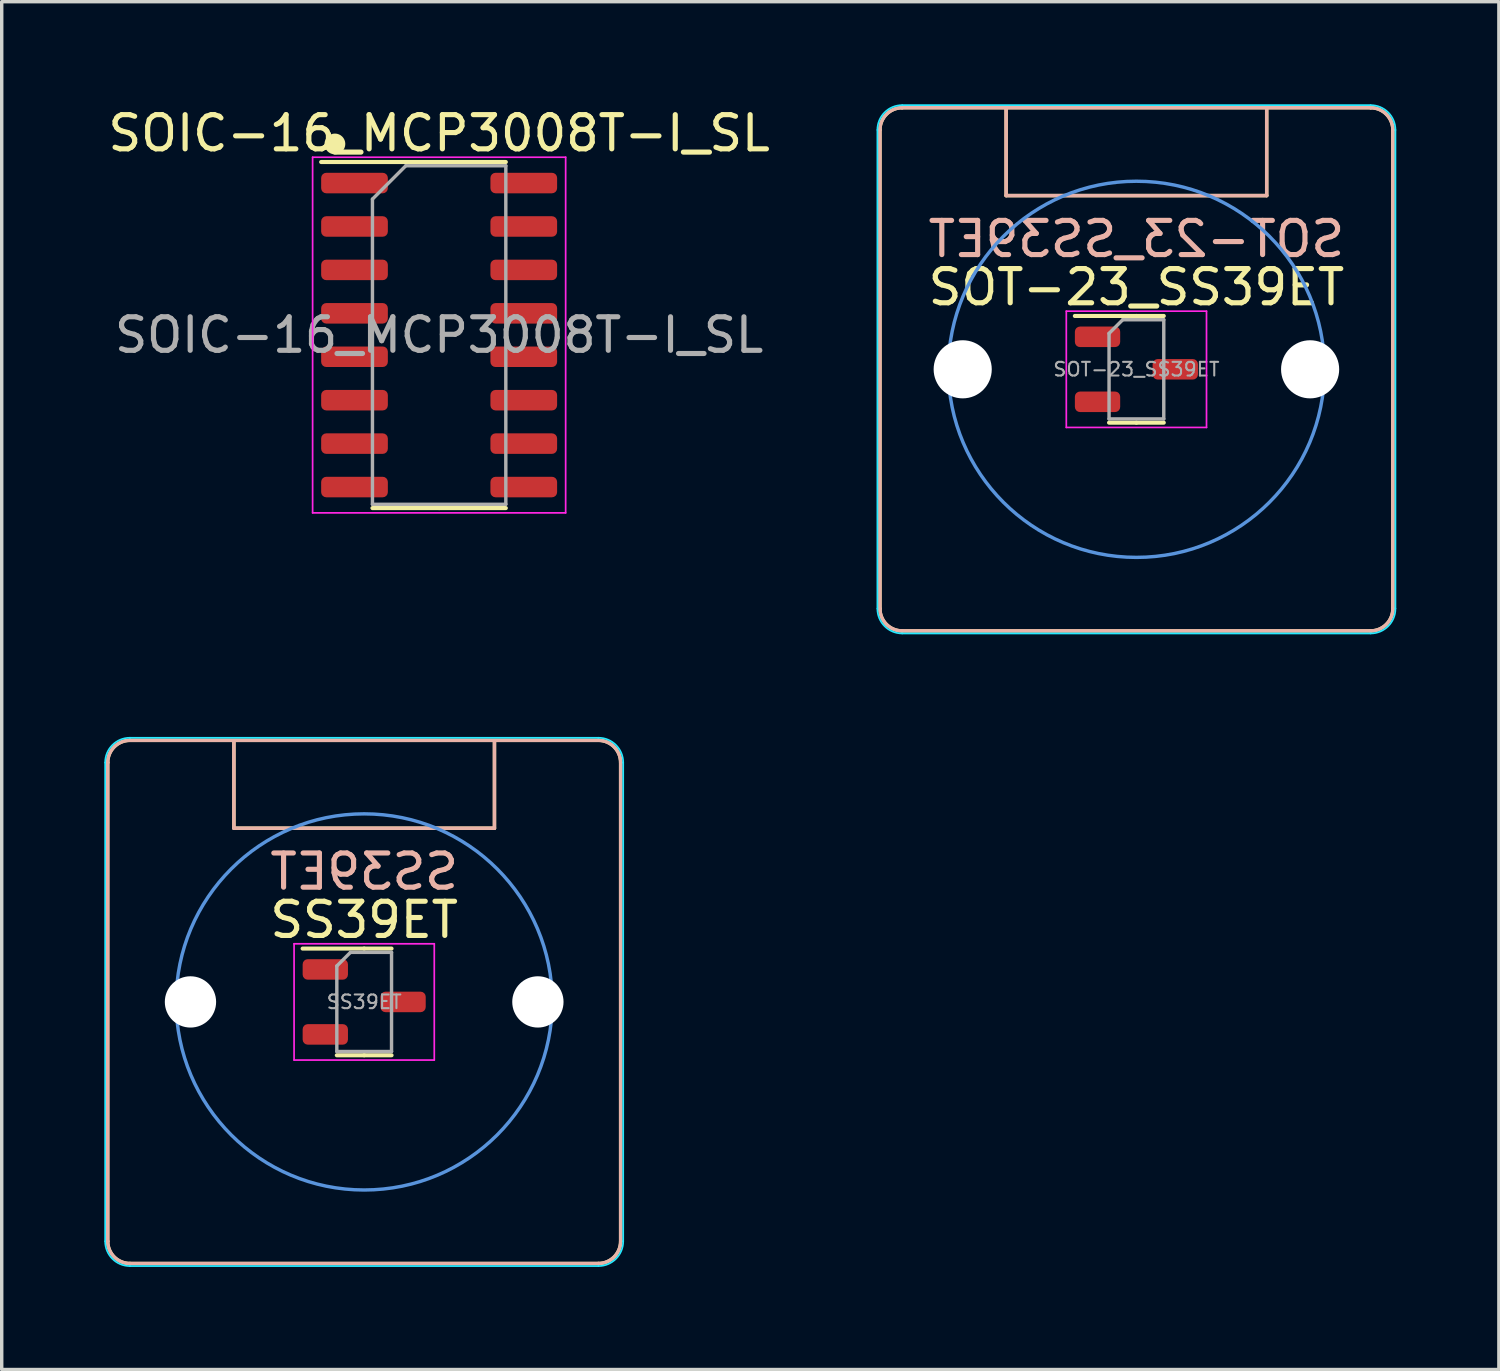
<source format=kicad_pcb>
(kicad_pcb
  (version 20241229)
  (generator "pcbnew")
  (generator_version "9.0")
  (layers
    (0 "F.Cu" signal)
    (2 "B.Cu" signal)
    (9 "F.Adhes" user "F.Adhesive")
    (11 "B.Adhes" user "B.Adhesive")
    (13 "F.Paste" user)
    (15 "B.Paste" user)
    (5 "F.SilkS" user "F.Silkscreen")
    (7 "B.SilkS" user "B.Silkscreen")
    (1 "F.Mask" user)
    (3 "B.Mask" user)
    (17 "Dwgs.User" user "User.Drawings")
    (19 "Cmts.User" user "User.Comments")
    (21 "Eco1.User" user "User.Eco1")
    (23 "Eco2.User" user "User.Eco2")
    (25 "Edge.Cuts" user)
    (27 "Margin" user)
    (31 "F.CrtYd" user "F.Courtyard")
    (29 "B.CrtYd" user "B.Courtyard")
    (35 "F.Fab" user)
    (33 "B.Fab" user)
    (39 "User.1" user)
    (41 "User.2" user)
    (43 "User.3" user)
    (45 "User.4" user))
  (footprint "SS39ET"
    (layer "F.Cu")
    (at 7.6 26.25)
    (property "Reference" "SS39ET" (at 0 -2.4 0) (layer "F.SilkS") (effects (font (size 1 1) (thickness 0.15))))
    (attr smd)
    (fp_line (start -7.5 7) (end -7.5 -7) (stroke (width 0.1) (type default)) (layer "F.SilkS"))
    (fp_line (start -6.85 -7.65) (end 6.85 -7.65) (stroke (width 0.1) (type default)) (layer "F.SilkS"))
    (fp_line (start -3.81 -7.62) (end -3.81 -5.08) (stroke (width 0.1) (type default)) (layer "F.SilkS"))
    (fp_line (start -3.81 -5.08) (end 3.81 -5.08) (stroke (width 0.1) (type default)) (layer "F.SilkS"))
    (fp_line (start 0 -1.56) (end -1.8 -1.56) (stroke (width 0.12) (type solid)) (layer "F.SilkS"))
    (fp_line (start 0 -1.56) (end 0.8 -1.56) (stroke (width 0.12) (type solid)) (layer "F.SilkS"))
    (fp_line (start 0 1.56) (end -0.8 1.56) (stroke (width 0.12) (type solid)) (layer "F.SilkS"))
    (fp_line (start 0 1.56) (end 0.8 1.56) (stroke (width 0.12) (type solid)) (layer "F.SilkS"))
    (fp_line (start 3.81 -5.08) (end 3.81 -7.62) (stroke (width 0.1) (type default)) (layer "F.SilkS"))
    (fp_line (start 6.85 7.65) (end -6.85 7.65) (stroke (width 0.1) (type default)) (layer "F.SilkS"))
    (fp_line (start 7.5 -7) (end 7.5 7) (stroke (width 0.1) (type default)) (layer "F.SilkS"))
    (fp_arc (start -7.5 -7) (mid -7.309619 -7.459619) (end -6.85 -7.65) (stroke (width 0.1) (type default)) (layer "F.SilkS"))
    (fp_arc (start -6.85 7.65) (mid -7.309619 7.459619) (end -7.5 7) (stroke (width 0.1) (type default)) (layer "F.SilkS"))
    (fp_arc (start 6.85 -7.65) (mid 7.309619 -7.459619) (end 7.5 -7) (stroke (width 0.1) (type default)) (layer "F.SilkS"))
    (fp_arc (start 7.5 7) (mid 7.309619 7.459619) (end 6.85 7.65) (stroke (width 0.1) (type default)) (layer "F.SilkS"))
    (fp_line (start -7.5 -7) (end -7.5 7) (stroke (width 0.1) (type default)) (layer "B.SilkS"))
    (fp_line (start -6.85 7.65) (end 6.85 7.65) (stroke (width 0.1) (type default)) (layer "B.SilkS"))
    (fp_line (start -3.81 -5.08) (end -3.81 -7.62) (stroke (width 0.1) (type default)) (layer "B.SilkS"))
    (fp_line (start 3.81 -7.62) (end 3.81 -5.08) (stroke (width 0.1) (type default)) (layer "B.SilkS"))
    (fp_line (start 3.81 -5.08) (end -3.81 -5.08) (stroke (width 0.1) (type default)) (layer "B.SilkS"))
    (fp_line (start 6.85 -7.65) (end -6.85 -7.65) (stroke (width 0.1) (type default)) (layer "B.SilkS"))
    (fp_line (start 7.5 7) (end 7.5 -7) (stroke (width 0.1) (type default)) (layer "B.SilkS"))
    (fp_arc (start -7.5 -7) (mid -7.309619 -7.459619) (end -6.85 -7.65) (stroke (width 0.1) (type default)) (layer "B.SilkS"))
    (fp_arc (start -6.85 7.65) (mid -7.309619 7.459619) (end -7.5 7) (stroke (width 0.1) (type default)) (layer "B.SilkS"))
    (fp_arc (start 6.85 -7.65) (mid 7.309619 -7.459619) (end 7.5 -7) (stroke (width 0.1) (type default)) (layer "B.SilkS"))
    (fp_arc (start 7.5 7) (mid 7.309619 7.459619) (end 6.85 7.65) (stroke (width 0.1) (type default)) (layer "B.SilkS"))
    (fp_circle (center 0 0) (end 5.5 0) (stroke (width 0.1) (type default)) (fill no) (layer "Cmts.User"))
    (fp_line (start -7.575 7) (end -7.575 -7) (stroke (width 0.05) (type default)) (layer "B.CrtYd"))
    (fp_line (start -6.85 -7.725) (end 6.85 -7.725) (stroke (width 0.05) (type default)) (layer "B.CrtYd"))
    (fp_line (start 6.85 7.725) (end -6.85 7.725) (stroke (width 0.05) (type default)) (layer "B.CrtYd"))
    (fp_line (start 7.575 -7) (end 7.575 7) (stroke (width 0.05) (type default)) (layer "B.CrtYd"))
    (fp_arc (start -7.575 -7) (mid -7.362653 -7.512653) (end -6.85 -7.725) (stroke (width 0.05) (type default)) (layer "B.CrtYd"))
    (fp_arc (start -6.85 7.725) (mid -7.362653 7.512653) (end -7.575 7) (stroke (width 0.05) (type default)) (layer "B.CrtYd"))
    (fp_arc (start 6.85 -7.725) (mid 7.362652 -7.512652) (end 7.575 -7) (stroke (width 0.05) (type default)) (layer "B.CrtYd"))
    (fp_arc (start 7.575 7) (mid 7.362652 7.512652) (end 6.85 7.725) (stroke (width 0.05) (type default)) (layer "B.CrtYd"))
    (fp_line (start -2.05 -1.7) (end -2.05 1.7) (stroke (width 0.05) (type solid)) (layer "F.CrtYd"))
    (fp_line (start -2.05 1.7) (end 2.05 1.7) (stroke (width 0.05) (type solid)) (layer "F.CrtYd"))
    (fp_line (start 2.05 -1.7) (end -2.05 -1.7) (stroke (width 0.05) (type solid)) (layer "F.CrtYd"))
    (fp_line (start 2.05 1.7) (end 2.05 -1.7) (stroke (width 0.05) (type solid)) (layer "F.CrtYd"))
    (fp_line (start -0.8 -1.05) (end -0.4 -1.45) (stroke (width 0.1) (type solid)) (layer "F.Fab"))
    (fp_line (start -0.8 1.45) (end -0.8 -1.05) (stroke (width 0.1) (type solid)) (layer "F.Fab"))
    (fp_line (start -0.4 -1.45) (end 0.8 -1.45) (stroke (width 0.1) (type solid)) (layer "F.Fab"))
    (fp_line (start 0.8 -1.45) (end 0.8 1.45) (stroke (width 0.1) (type solid)) (layer "F.Fab"))
    (fp_line (start 0.8 1.45) (end -0.8 1.45) (stroke (width 0.1) (type solid)) (layer "F.Fab"))
    (fp_circle (center -5.08 0) (end -4.33 0) (stroke (width 0.1) (type default)) (fill no) (layer "User.1"))
    (fp_circle (center 5.08 0) (end 5.83 0) (stroke (width 0.1) (type default)) (fill no) (layer "User.1"))
    (fp_text user "${REFERENCE}" (at 0 -3.81 0) (layer "B.SilkS") (effects (font (size 1 1) (thickness 0.15)) (justify mirror)))
    (fp_text user "${REFERENCE}" (at 0 0 0) (layer "F.Fab") (effects (font (size 0.4 0.4) (thickness 0.06))))
    (pad "" np_thru_hole circle (at -5.08 0) (size 1.5 1.5) (drill 1.5) (layers "*.Cu" "*.Mask"))
    (pad "" np_thru_hole circle (at 5.08 0) (size 1.5 1.5) (drill 1.5) (layers "*.Cu" "*.Mask"))
    (pad "1" smd roundrect (at -1.137 -0.95) (size 1.325 0.6) (layers "F.Cu" "F.Mask" "F.Paste") (roundrect_rratio 0.25))
    (pad "2" smd roundrect (at -1.137 0.95) (size 1.325 0.6) (layers "F.Cu" "F.Mask" "F.Paste") (roundrect_rratio 0.25))
    (pad "3" smd roundrect (at 1.137 0) (size 1.325 0.6) (layers "F.Cu" "F.Mask" "F.Paste") (roundrect_rratio 0.25)))
  (footprint "SOT-23_SS39ET"
    (layer "F.Cu")
    (at 30.183 7.75)
    (property "Reference" "SOT-23_SS39ET" (at 0 -2.4 0) (layer "F.SilkS") (effects (font (size 1 1) (thickness 0.15))))
    (attr smd)
    (fp_line (start -7.5 7) (end -7.5 -7) (stroke (width 0.1) (type default)) (layer "F.SilkS"))
    (fp_line (start -6.85 -7.65) (end 6.85 -7.65) (stroke (width 0.1) (type default)) (layer "F.SilkS"))
    (fp_line (start -3.81 -7.62) (end -3.81 -5.08) (stroke (width 0.1) (type default)) (layer "F.SilkS"))
    (fp_line (start -3.81 -5.08) (end 3.81 -5.08) (stroke (width 0.1) (type default)) (layer "F.SilkS"))
    (fp_line (start 0 -1.56) (end -1.8 -1.56) (stroke (width 0.12) (type solid)) (layer "F.SilkS"))
    (fp_line (start 0 -1.56) (end 0.8 -1.56) (stroke (width 0.12) (type solid)) (layer "F.SilkS"))
    (fp_line (start 0 1.56) (end -0.8 1.56) (stroke (width 0.12) (type solid)) (layer "F.SilkS"))
    (fp_line (start 0 1.56) (end 0.8 1.56) (stroke (width 0.12) (type solid)) (layer "F.SilkS"))
    (fp_line (start 3.81 -5.08) (end 3.81 -7.62) (stroke (width 0.1) (type default)) (layer "F.SilkS"))
    (fp_line (start 6.85 7.65) (end -6.85 7.65) (stroke (width 0.1) (type default)) (layer "F.SilkS"))
    (fp_line (start 7.5 -7) (end 7.5 7) (stroke (width 0.1) (type default)) (layer "F.SilkS"))
    (fp_arc (start -7.5 -7) (mid -7.309619 -7.459619) (end -6.85 -7.65) (stroke (width 0.1) (type default)) (layer "F.SilkS"))
    (fp_arc (start -6.85 7.65) (mid -7.309619 7.459619) (end -7.5 7) (stroke (width 0.1) (type default)) (layer "F.SilkS"))
    (fp_arc (start 6.85 -7.65) (mid 7.309619 -7.459619) (end 7.5 -7) (stroke (width 0.1) (type default)) (layer "F.SilkS"))
    (fp_arc (start 7.5 7) (mid 7.309619 7.459619) (end 6.85 7.65) (stroke (width 0.1) (type default)) (layer "F.SilkS"))
    (fp_line (start -7.5 -7) (end -7.5 7) (stroke (width 0.1) (type default)) (layer "B.SilkS"))
    (fp_line (start -6.85 7.65) (end 6.85 7.65) (stroke (width 0.1) (type default)) (layer "B.SilkS"))
    (fp_line (start -3.81 -5.08) (end -3.81 -7.62) (stroke (width 0.1) (type default)) (layer "B.SilkS"))
    (fp_line (start 3.81 -7.62) (end 3.81 -5.08) (stroke (width 0.1) (type default)) (layer "B.SilkS"))
    (fp_line (start 3.81 -5.08) (end -3.81 -5.08) (stroke (width 0.1) (type default)) (layer "B.SilkS"))
    (fp_line (start 6.85 -7.65) (end -6.85 -7.65) (stroke (width 0.1) (type default)) (layer "B.SilkS"))
    (fp_line (start 7.5 7) (end 7.5 -7) (stroke (width 0.1) (type default)) (layer "B.SilkS"))
    (fp_arc (start -7.5 -7) (mid -7.309619 -7.459619) (end -6.85 -7.65) (stroke (width 0.1) (type default)) (layer "B.SilkS"))
    (fp_arc (start -6.85 7.65) (mid -7.309619 7.459619) (end -7.5 7) (stroke (width 0.1) (type default)) (layer "B.SilkS"))
    (fp_arc (start 6.85 -7.65) (mid 7.309619 -7.459619) (end 7.5 -7) (stroke (width 0.1) (type default)) (layer "B.SilkS"))
    (fp_arc (start 7.5 7) (mid 7.309619 7.459619) (end 6.85 7.65) (stroke (width 0.1) (type default)) (layer "B.SilkS"))
    (fp_circle (center 0 0) (end 5.5 0) (stroke (width 0.1) (type default)) (fill no) (layer "Cmts.User"))
    (fp_line (start -7.575 7) (end -7.575 -7) (stroke (width 0.05) (type default)) (layer "B.CrtYd"))
    (fp_line (start -6.85 -7.725) (end 6.85 -7.725) (stroke (width 0.05) (type default)) (layer "B.CrtYd"))
    (fp_line (start 6.85 7.725) (end -6.85 7.725) (stroke (width 0.05) (type default)) (layer "B.CrtYd"))
    (fp_line (start 7.575 -7) (end 7.575 7) (stroke (width 0.05) (type default)) (layer "B.CrtYd"))
    (fp_arc (start -7.575 -7) (mid -7.362653 -7.512653) (end -6.85 -7.725) (stroke (width 0.05) (type default)) (layer "B.CrtYd"))
    (fp_arc (start -6.85 7.725) (mid -7.362653 7.512653) (end -7.575 7) (stroke (width 0.05) (type default)) (layer "B.CrtYd"))
    (fp_arc (start 6.85 -7.725) (mid 7.362652 -7.512652) (end 7.575 -7) (stroke (width 0.05) (type default)) (layer "B.CrtYd"))
    (fp_arc (start 7.575 7) (mid 7.362652 7.512652) (end 6.85 7.725) (stroke (width 0.05) (type default)) (layer "B.CrtYd"))
    (fp_line (start -2.05 -1.7) (end -2.05 1.7) (stroke (width 0.05) (type solid)) (layer "F.CrtYd"))
    (fp_line (start -2.05 1.7) (end 2.05 1.7) (stroke (width 0.05) (type solid)) (layer "F.CrtYd"))
    (fp_line (start 2.05 -1.7) (end -2.05 -1.7) (stroke (width 0.05) (type solid)) (layer "F.CrtYd"))
    (fp_line (start 2.05 1.7) (end 2.05 -1.7) (stroke (width 0.05) (type solid)) (layer "F.CrtYd"))
    (fp_line (start -0.8 -1.05) (end -0.4 -1.45) (stroke (width 0.1) (type solid)) (layer "F.Fab"))
    (fp_line (start -0.8 1.45) (end -0.8 -1.05) (stroke (width 0.1) (type solid)) (layer "F.Fab"))
    (fp_line (start -0.4 -1.45) (end 0.8 -1.45) (stroke (width 0.1) (type solid)) (layer "F.Fab"))
    (fp_line (start 0.8 -1.45) (end 0.8 1.45) (stroke (width 0.1) (type solid)) (layer "F.Fab"))
    (fp_line (start 0.8 1.45) (end -0.8 1.45) (stroke (width 0.1) (type solid)) (layer "F.Fab"))
    (fp_circle (center -5.08 0) (end -4.08 0) (stroke (width 0.1) (type default)) (fill no) (layer "User.1"))
    (fp_circle (center 5.08 0) (end 6.08 0) (stroke (width 0.1) (type default)) (fill no) (layer "User.1"))
    (fp_text user "${REFERENCE}" (at 0 -3.81 0) (layer "B.SilkS") (effects (font (size 1 1) (thickness 0.15)) (justify mirror)))
    (fp_text user "${REFERENCE}" (at 0 0 0) (layer "F.Fab") (effects (font (size 0.4 0.4) (thickness 0.06))))
    (pad "" np_thru_hole circle (at -5.08 0) (size 1.7 1.7) (drill 1.7) (layers "*.Cu" "*.Mask"))
    (pad "" np_thru_hole circle (at 5.08 0) (size 1.7 1.7) (drill 1.7) (layers "*.Cu" "*.Mask"))
    (pad "1" smd roundrect (at -1.137 -0.95) (size 1.325 0.6) (layers "F.Cu" "F.Mask" "F.Paste") (roundrect_rratio 0.25))
    (pad "2" smd roundrect (at -1.137 0.95) (size 1.325 0.6) (layers "F.Cu" "F.Mask" "F.Paste") (roundrect_rratio 0.25))
    (pad "3" smd roundrect (at 1.137 0) (size 1.325 0.6) (layers "F.Cu" "F.Mask" "F.Paste") (roundrect_rratio 0.25))
    (zone (net_name "") (layers "F.Cu" "B.Cu") (hatch edge 0.5) (connect_pads) (min_thickness 0.25) (filled_areas_thickness no) (keepout (tracks allowed) (vias allowed) (pads allowed) (copperpour not_allowed) (footprints allowed)) (placement (enabled no)) (fill) (polygon (pts (xy 31.453 2.416) (xy 33.231 3.178) (xy 34.755 4.702) (xy 35.517 6.48) (xy 35.771 7.75) (xy 35.517 9.02) (xy 34.755 10.798) (xy 33.231 12.322) (xy 31.453 13.084) (xy 30.183 13.338) (xy 28.913 13.084) (xy 27.135 12.322) (xy 25.611 10.798) (xy 24.849 9.02) (xy 24.595 7.75) (xy 24.849 6.48) (xy 25.611 4.702) (xy 27.135 3.178) (xy 28.913 2.416) (xy 30.183 2.162))))
    (zone (net_name "") (layers "F.Cu" "B.Cu") (hatch edge 0.5) (connect_pads) (min_thickness 0.25) (filled_areas_thickness no) (keepout (tracks not_allowed) (vias not_allowed) (pads not_allowed) (copperpour not_allowed) (footprints allowed)) (placement (enabled no)) (fill) (polygon (pts (xy 29.371 8.004) (xy 29.371 7.496) (xy 29.726 7.14) (xy 29.726 6.48) (xy 29.726 6.277) (xy 30.996 6.277) (xy 30.996 7.09) (xy 30.641 7.445) (xy 30.641 8.055) (xy 30.996 8.41) (xy 30.996 9.223) (xy 29.523 9.223) (xy 29.726 9.02) (xy 29.726 8.36)))))
  (footprint "SOIC-16_MCP3008T-I_SL"
    (layer "F.Cu")
    (at 9.792 6.748)
    (property "Reference" "SOIC-16_MCP3008T-I_SL" (at 0 -5.9 0) (layer "F.SilkS") (effects (font (size 1 1) (thickness 0.15))))
    (attr smd)
    (fp_line (start 0 -5.06) (end -3.45 -5.06) (stroke (width 0.12) (type solid)) (layer "F.SilkS"))
    (fp_line (start 0 -5.06) (end 1.95 -5.06) (stroke (width 0.12) (type solid)) (layer "F.SilkS"))
    (fp_line (start 0 5.06) (end -1.95 5.06) (stroke (width 0.12) (type solid)) (layer "F.SilkS"))
    (fp_line (start 0 5.06) (end 1.95 5.06) (stroke (width 0.12) (type solid)) (layer "F.SilkS"))
    (fp_circle (center -3.048 -5.588) (end -2.794 -5.588) (stroke (width 0.1) (type solid)) (fill yes) (layer "F.SilkS"))
    (fp_line (start -3.7 -5.2) (end -3.7 5.2) (stroke (width 0.05) (type solid)) (layer "F.CrtYd"))
    (fp_line (start -3.7 5.2) (end 3.7 5.2) (stroke (width 0.05) (type solid)) (layer "F.CrtYd"))
    (fp_line (start 3.7 -5.2) (end -3.7 -5.2) (stroke (width 0.05) (type solid)) (layer "F.CrtYd"))
    (fp_line (start 3.7 5.2) (end 3.7 -5.2) (stroke (width 0.05) (type solid)) (layer "F.CrtYd"))
    (fp_line (start -1.95 -3.975) (end -0.975 -4.95) (stroke (width 0.1) (type solid)) (layer "F.Fab"))
    (fp_line (start -1.95 4.95) (end -1.95 -3.975) (stroke (width 0.1) (type solid)) (layer "F.Fab"))
    (fp_line (start -0.975 -4.95) (end 1.95 -4.95) (stroke (width 0.1) (type solid)) (layer "F.Fab"))
    (fp_line (start 1.95 -4.95) (end 1.95 4.95) (stroke (width 0.1) (type solid)) (layer "F.Fab"))
    (fp_line (start 1.95 4.95) (end -1.95 4.95) (stroke (width 0.1) (type solid)) (layer "F.Fab"))
    (fp_text user "${REFERENCE}" (at 0 0 0) (layer "F.Fab") (effects (font (size 0.98 0.98) (thickness 0.15))))
    (pad "1" smd roundrect (at -2.475 -4.445) (size 1.95 0.6) (layers "F.Cu" "F.Mask" "F.Paste") (roundrect_rratio 0.25))
    (pad "2" smd roundrect (at -2.475 -3.175) (size 1.95 0.6) (layers "F.Cu" "F.Mask" "F.Paste") (roundrect_rratio 0.25))
    (pad "3" smd roundrect (at -2.475 -1.905) (size 1.95 0.6) (layers "F.Cu" "F.Mask" "F.Paste") (roundrect_rratio 0.25))
    (pad "4" smd roundrect (at -2.475 -0.635) (size 1.95 0.6) (layers "F.Cu" "F.Mask" "F.Paste") (roundrect_rratio 0.25))
    (pad "5" smd roundrect (at -2.475 0.635) (size 1.95 0.6) (layers "F.Cu" "F.Mask" "F.Paste") (roundrect_rratio 0.25))
    (pad "6" smd roundrect (at -2.475 1.905) (size 1.95 0.6) (layers "F.Cu" "F.Mask" "F.Paste") (roundrect_rratio 0.25))
    (pad "7" smd roundrect (at -2.475 3.175) (size 1.95 0.6) (layers "F.Cu" "F.Mask" "F.Paste") (roundrect_rratio 0.25))
    (pad "8" smd roundrect (at -2.475 4.445) (size 1.95 0.6) (layers "F.Cu" "F.Mask" "F.Paste") (roundrect_rratio 0.25))
    (pad "9" smd roundrect (at 2.475 4.445) (size 1.95 0.6) (layers "F.Cu" "F.Mask" "F.Paste") (roundrect_rratio 0.25))
    (pad "10" smd roundrect (at 2.475 3.175) (size 1.95 0.6) (layers "F.Cu" "F.Mask" "F.Paste") (roundrect_rratio 0.25))
    (pad "11" smd roundrect (at 2.475 1.905) (size 1.95 0.6) (layers "F.Cu" "F.Mask" "F.Paste") (roundrect_rratio 0.25))
    (pad "12" smd roundrect (at 2.475 0.635) (size 1.95 0.6) (layers "F.Cu" "F.Mask" "F.Paste") (roundrect_rratio 0.25))
    (pad "13" smd roundrect (at 2.475 -0.635) (size 1.95 0.6) (layers "F.Cu" "F.Mask" "F.Paste") (roundrect_rratio 0.25))
    (pad "14" smd roundrect (at 2.475 -1.905) (size 1.95 0.6) (layers "F.Cu" "F.Mask" "F.Paste") (roundrect_rratio 0.25))
    (pad "15" smd roundrect (at 2.475 -3.175) (size 1.95 0.6) (layers "F.Cu" "F.Mask" "F.Paste") (roundrect_rratio 0.25))
    (pad "16" smd roundrect (at 2.475 -4.445) (size 1.95 0.6) (layers "F.Cu" "F.Mask" "F.Paste") (roundrect_rratio 0.25)))
  (gr_rect
    (start -3 -3)
    (end 40.783 37)
    (stroke (width 0.1) (type default))
    (fill no)
    (layer "Edge.Cuts")))
</source>
